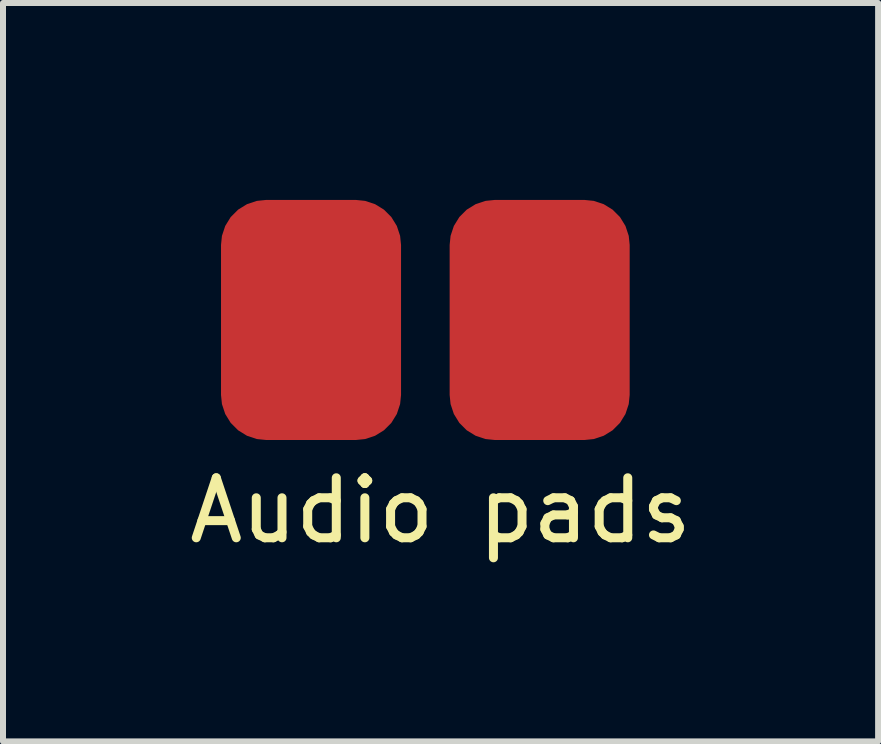
<source format=kicad_pcb>
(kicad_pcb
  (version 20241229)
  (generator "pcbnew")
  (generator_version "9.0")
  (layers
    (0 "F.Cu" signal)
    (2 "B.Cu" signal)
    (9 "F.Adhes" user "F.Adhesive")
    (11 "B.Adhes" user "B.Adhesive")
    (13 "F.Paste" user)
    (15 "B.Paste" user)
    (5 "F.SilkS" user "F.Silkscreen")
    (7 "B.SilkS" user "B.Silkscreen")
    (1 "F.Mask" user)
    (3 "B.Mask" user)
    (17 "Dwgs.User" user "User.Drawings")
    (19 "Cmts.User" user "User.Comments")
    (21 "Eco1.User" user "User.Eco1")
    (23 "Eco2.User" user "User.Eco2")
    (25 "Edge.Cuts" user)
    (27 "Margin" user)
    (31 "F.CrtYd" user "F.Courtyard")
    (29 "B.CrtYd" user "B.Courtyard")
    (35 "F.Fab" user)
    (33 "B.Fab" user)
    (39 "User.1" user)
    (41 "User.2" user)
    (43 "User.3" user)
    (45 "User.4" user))
  (footprint "Audio pads"
    (layer "F.Cu")
    (at 4.038 0.25)
    (property "Reference" "Audio pads" (at 0.254 5.207 0) (layer "F.SilkS") (effects (font (size 1 1) (thickness 0.15))))
    (attr through_hole)
    (pad "1" connect roundrect (at -1.905 2.032) (size 3 4) (layers "F.Cu" "F.Mask") (roundrect_rratio 0.25))
    (pad "2" connect roundrect (at 1.905 2.032) (size 3 4) (layers "F.Cu" "F.Mask") (roundrect_rratio 0.25)))
  (gr_rect
    (start -3 -3)
    (end 11.583 9.305)
    (stroke (width 0.1) (type default))
    (fill no)
    (layer "Edge.Cuts")))
</source>
